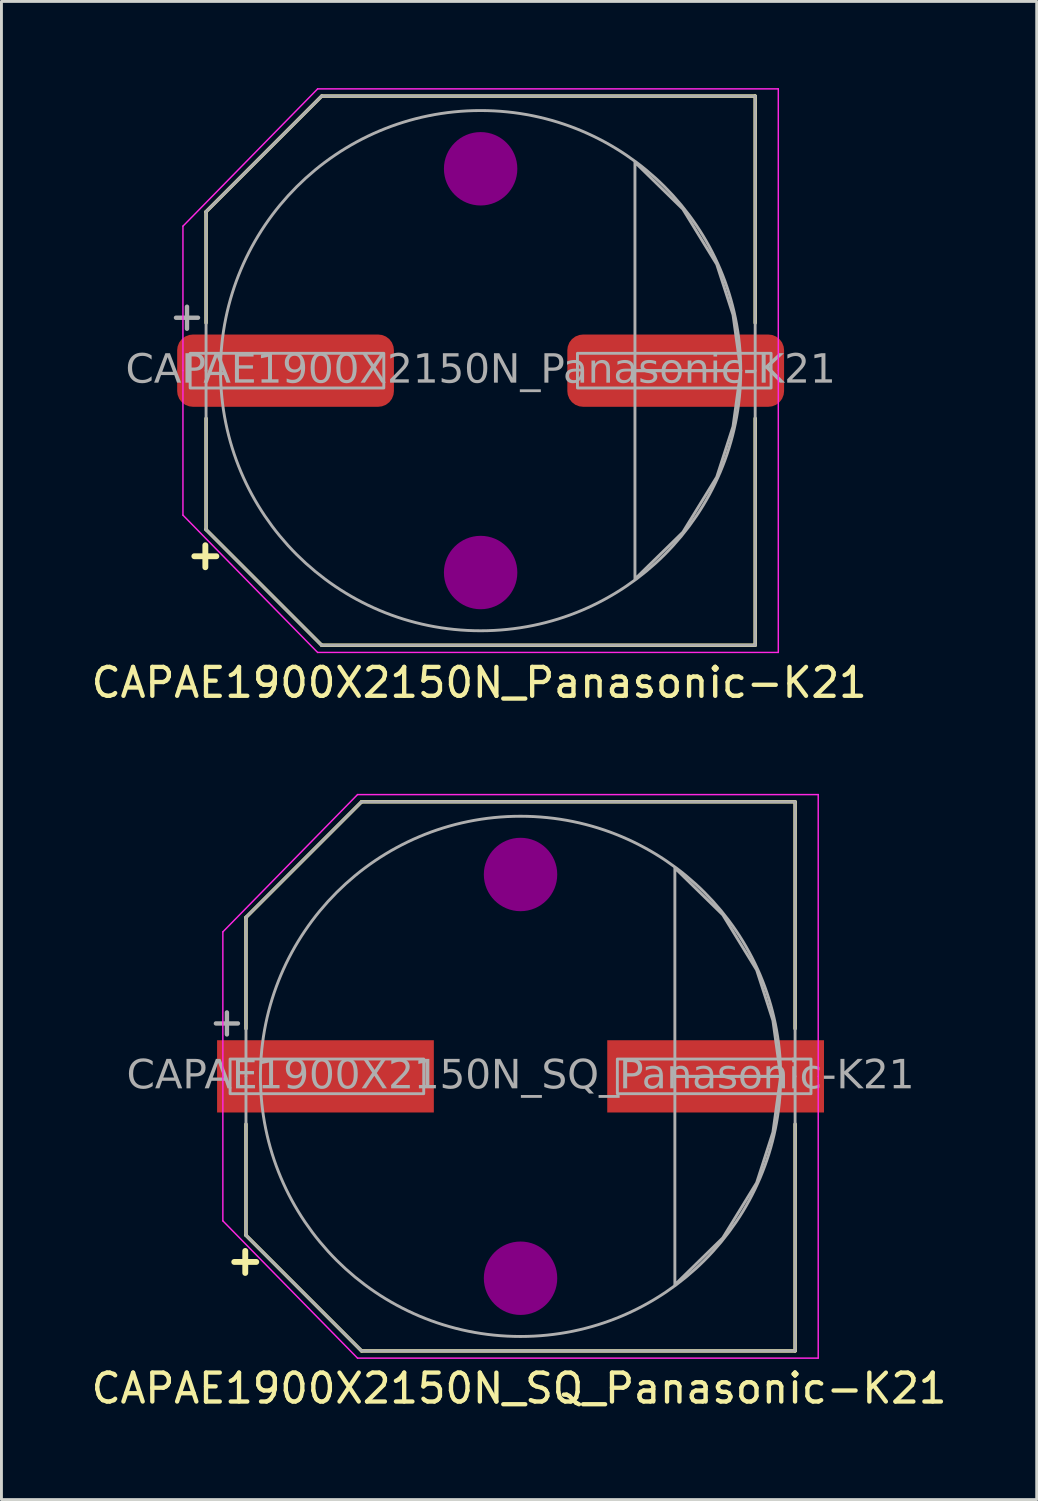
<source format=kicad_pcb>
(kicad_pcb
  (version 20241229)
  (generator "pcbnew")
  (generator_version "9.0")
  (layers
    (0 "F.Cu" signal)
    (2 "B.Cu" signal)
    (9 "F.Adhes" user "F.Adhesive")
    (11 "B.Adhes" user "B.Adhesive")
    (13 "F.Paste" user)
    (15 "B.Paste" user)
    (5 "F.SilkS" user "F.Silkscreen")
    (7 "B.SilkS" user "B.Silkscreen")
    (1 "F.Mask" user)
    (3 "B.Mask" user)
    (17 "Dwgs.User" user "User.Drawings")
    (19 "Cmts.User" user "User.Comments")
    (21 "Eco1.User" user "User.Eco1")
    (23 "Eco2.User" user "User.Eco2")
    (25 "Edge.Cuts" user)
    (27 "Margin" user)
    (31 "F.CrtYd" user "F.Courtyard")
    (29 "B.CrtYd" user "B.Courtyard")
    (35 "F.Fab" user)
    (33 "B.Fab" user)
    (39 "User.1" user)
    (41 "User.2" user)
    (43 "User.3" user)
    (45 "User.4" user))
  (footprint "CAPAE1900X2150N_Panasonic-K21"
    (layer "F.Cu")
    (at 13.58 9.775)
    (property "Reference" "CAPAE1900X2150N_Panasonic-K21" (at -0.05 10.795 0) (layer "F.SilkS") (effects (font (size 1 1) (thickness 0.15))))
    (attr smd)
    (fp_line (start -9.5 -5.5) (end -5.502 -9.498) (stroke (width 0.12) (type default)) (layer "F.SilkS"))
    (fp_line (start -9.5 -1.651) (end -9.5 -5.5) (stroke (width 0.12) (type default)) (layer "F.SilkS"))
    (fp_line (start -9.5 1.651) (end -9.5 5.5) (stroke (width 0.12) (type default)) (layer "F.SilkS"))
    (fp_line (start -9.5 5.5) (end -5.502 9.498) (stroke (width 0.12) (type default)) (layer "F.SilkS"))
    (fp_line (start -5.5 -9.5) (end 9.5 -9.5) (stroke (width 0.12) (type solid)) (layer "F.SilkS"))
    (fp_line (start -5.5 9.5) (end 9.5 9.5) (stroke (width 0.12) (type solid)) (layer "F.SilkS"))
    (fp_line (start 9.5 -1.651) (end 9.5 -9.5) (stroke (width 0.12) (type solid)) (layer "F.SilkS"))
    (fp_line (start 9.5 1.651) (end 9.5 9.5) (stroke (width 0.12) (type solid)) (layer "F.SilkS"))
    (fp_circle (center 0 -6.985) (end 1.27 -6.985) (stroke (width 0) (type solid)) (fill yes) (layer "F.Adhes"))
    (fp_circle (center 0 6.985) (end 1.27 6.985) (stroke (width 0) (type solid)) (fill yes) (layer "F.Adhes"))
    (fp_line (start -10.3 -5) (end -10.3 0) (stroke (width 0.05) (type solid)) (layer "F.CrtYd"))
    (fp_line (start -10.3 5) (end -10.3 0) (stroke (width 0.05) (type solid)) (layer "F.CrtYd"))
    (fp_line (start -5.64 -9.75) (end -10.3 -5) (stroke (width 0.05) (type default)) (layer "F.CrtYd"))
    (fp_line (start -5.64 -9.75) (end 10.3 -9.75) (stroke (width 0.05) (type solid)) (layer "F.CrtYd"))
    (fp_line (start -5.64 9.75) (end -10.3 5) (stroke (width 0.05) (type default)) (layer "F.CrtYd"))
    (fp_line (start -5.64 9.75) (end 10.3 9.75) (stroke (width 0.05) (type solid)) (layer "F.CrtYd"))
    (fp_line (start 10.3 -9.75) (end 10.3 0) (stroke (width 0.05) (type solid)) (layer "F.CrtYd"))
    (fp_line (start 10.3 9.75) (end 10.3 0) (stroke (width 0.05) (type solid)) (layer "F.CrtYd"))
    (fp_line (start -9.5 -5.5) (end -9.5 0) (stroke (width 0.1) (type solid)) (layer "F.Fab"))
    (fp_line (start -9.5 -5.5) (end -5.5 -9.5) (stroke (width 0.1) (type default)) (layer "F.Fab"))
    (fp_line (start -9.5 5.5) (end -9.5 0) (stroke (width 0.1) (type solid)) (layer "F.Fab"))
    (fp_line (start -9.5 5.5) (end -5.5 9.5) (stroke (width 0.1) (type default)) (layer "F.Fab"))
    (fp_line (start -5.5 -9.5) (end 9.5 -9.5) (stroke (width 0.1) (type solid)) (layer "F.Fab"))
    (fp_line (start -5.5 9.5) (end 9.5 9.5) (stroke (width 0.1) (type solid)) (layer "F.Fab"))
    (fp_line (start 9.5 -9.5) (end 9.5 0) (stroke (width 0.1) (type solid)) (layer "F.Fab"))
    (fp_line (start 9.5 9.5) (end 9.5 0) (stroke (width 0.1) (type solid)) (layer "F.Fab"))
    (fp_rect (start -10.05 0.6) (end -3.35 -0.6) (stroke (width 0.1) (type solid)) (fill no) (layer "F.Fab"))
    (fp_rect (start 3.35 0.6) (end 10.05 -0.6) (stroke (width 0.1) (type solid)) (fill no) (layer "F.Fab"))
    (fp_circle (center 0 0) (end 9 0) (stroke (width 0.1) (type default)) (fill no) (layer "F.Fab"))
    (fp_poly (pts (xy 5.34 -7.21) (xy 6.997 -5.59) (xy 8.17 -3.68) (xy 8.733 -1.933) (xy 9 0) (xy 5.34 0)) (stroke (width 0.1) (type solid)) (fill no) (layer "F.Fab"))
    (fp_poly (pts (xy 5.34 7.21) (xy 6.997 5.59) (xy 8.17 3.68) (xy 8.733 1.933) (xy 9 0) (xy 5.34 0)) (stroke (width 0.1) (type solid)) (fill no) (layer "F.Fab"))
    (fp_text user "+" (at -9.525 6.35 0) (unlocked yes) (layer "F.SilkS") (effects (font (size 1 1) (thickness 0.203) (bold yes))))
    (fp_text user "${REFERENCE}" (at 0 0 0) (layer "F.Fab") (effects (font (face "Tahoma") (size 1 1) (thickness 0.15))))
    (fp_text user "+" (at -10.16 -1.905 0) (unlocked yes) (layer "F.Fab") (effects (font (size 1 1) (thickness 0.152))))
    (pad "1" smd roundrect (at -6.75 0) (size 7.5 2.5) (layers "F.Cu" "F.Mask" "F.Paste") (roundrect_rratio 0.217))
    (pad "2" smd roundrect (at 6.75 0) (size 7.5 2.5) (layers "F.Cu" "F.Mask" "F.Paste") (roundrect_rratio 0.217)))
  (footprint "CAPAE1900X2150N_SQ_Panasonic-K21"
    (layer "F.Cu")
    (at 14.961 34.193)
    (property "Reference" "CAPAE1900X2150N_SQ_Panasonic-K21" (at -0.05 10.795 0) (layer "F.SilkS") (effects (font (size 1 1) (thickness 0.15))))
    (attr smd)
    (fp_line (start -9.5 -5.5) (end -5.502 -9.498) (stroke (width 0.12) (type default)) (layer "F.SilkS"))
    (fp_line (start -9.5 -1.651) (end -9.5 -5.5) (stroke (width 0.12) (type default)) (layer "F.SilkS"))
    (fp_line (start -9.5 1.651) (end -9.5 5.5) (stroke (width 0.12) (type default)) (layer "F.SilkS"))
    (fp_line (start -9.5 5.5) (end -5.502 9.498) (stroke (width 0.12) (type default)) (layer "F.SilkS"))
    (fp_line (start -5.5 -9.5) (end 9.5 -9.5) (stroke (width 0.12) (type solid)) (layer "F.SilkS"))
    (fp_line (start -5.5 9.5) (end 9.5 9.5) (stroke (width 0.12) (type solid)) (layer "F.SilkS"))
    (fp_line (start 9.5 -1.651) (end 9.5 -9.5) (stroke (width 0.12) (type solid)) (layer "F.SilkS"))
    (fp_line (start 9.5 1.651) (end 9.5 9.5) (stroke (width 0.12) (type solid)) (layer "F.SilkS"))
    (fp_circle (center 0 -6.985) (end 1.27 -6.985) (stroke (width 0) (type solid)) (fill yes) (layer "F.Adhes"))
    (fp_circle (center 0 6.985) (end 1.27 6.985) (stroke (width 0) (type solid)) (fill yes) (layer "F.Adhes"))
    (fp_line (start -10.3 -5) (end -10.3 0) (stroke (width 0.05) (type solid)) (layer "F.CrtYd"))
    (fp_line (start -10.3 5) (end -10.3 0) (stroke (width 0.05) (type solid)) (layer "F.CrtYd"))
    (fp_line (start -5.64 -9.75) (end -10.3 -5) (stroke (width 0.05) (type default)) (layer "F.CrtYd"))
    (fp_line (start -5.64 -9.75) (end 10.3 -9.75) (stroke (width 0.05) (type solid)) (layer "F.CrtYd"))
    (fp_line (start -5.64 9.75) (end -10.3 5) (stroke (width 0.05) (type default)) (layer "F.CrtYd"))
    (fp_line (start -5.64 9.75) (end 10.3 9.75) (stroke (width 0.05) (type solid)) (layer "F.CrtYd"))
    (fp_line (start 10.3 -9.75) (end 10.3 0) (stroke (width 0.05) (type solid)) (layer "F.CrtYd"))
    (fp_line (start 10.3 9.75) (end 10.3 0) (stroke (width 0.05) (type solid)) (layer "F.CrtYd"))
    (fp_line (start -9.5 -5.5) (end -9.5 0) (stroke (width 0.1) (type solid)) (layer "F.Fab"))
    (fp_line (start -9.5 -5.5) (end -5.5 -9.5) (stroke (width 0.1) (type default)) (layer "F.Fab"))
    (fp_line (start -9.5 5.5) (end -9.5 0) (stroke (width 0.1) (type solid)) (layer "F.Fab"))
    (fp_line (start -9.5 5.5) (end -5.5 9.5) (stroke (width 0.1) (type default)) (layer "F.Fab"))
    (fp_line (start -5.5 -9.5) (end 9.5 -9.5) (stroke (width 0.1) (type solid)) (layer "F.Fab"))
    (fp_line (start -5.5 9.5) (end 9.5 9.5) (stroke (width 0.1) (type solid)) (layer "F.Fab"))
    (fp_line (start 9.5 -9.5) (end 9.5 0) (stroke (width 0.1) (type solid)) (layer "F.Fab"))
    (fp_line (start 9.5 9.5) (end 9.5 0) (stroke (width 0.1) (type solid)) (layer "F.Fab"))
    (fp_rect (start -10.05 0.6) (end -3.35 -0.6) (stroke (width 0.1) (type solid)) (fill no) (layer "F.Fab"))
    (fp_rect (start 3.35 0.6) (end 10.05 -0.6) (stroke (width 0.1) (type solid)) (fill no) (layer "F.Fab"))
    (fp_circle (center 0 0) (end 9 0) (stroke (width 0.1) (type default)) (fill no) (layer "F.Fab"))
    (fp_poly (pts (xy 5.34 -7.21) (xy 6.997 -5.59) (xy 8.17 -3.68) (xy 8.733 -1.933) (xy 9 0) (xy 5.34 0)) (stroke (width 0.1) (type solid)) (fill no) (layer "F.Fab"))
    (fp_poly (pts (xy 5.34 7.21) (xy 6.997 5.59) (xy 8.17 3.68) (xy 8.733 1.933) (xy 9 0) (xy 5.34 0)) (stroke (width 0.1) (type solid)) (fill no) (layer "F.Fab"))
    (fp_text user "+" (at -9.525 6.35 0) (unlocked yes) (layer "F.SilkS") (effects (font (size 1 1) (thickness 0.203) (bold yes))))
    (fp_text user "+" (at -10.16 -1.905 0) (unlocked yes) (layer "F.Fab") (effects (font (size 1 1) (thickness 0.152))))
    (fp_text user "${REFERENCE}" (at 0 0 0) (layer "F.Fab") (effects (font (face "Tahoma") (size 1 1) (thickness 0.15))))
    (pad "1" smd rect (at -6.75 0) (size 7.5 2.5) (layers "F.Cu" "F.Mask" "F.Paste"))
    (pad "2" smd rect (at 6.75 0) (size 7.5 2.5) (layers "F.Cu" "F.Mask" "F.Paste")))
  (gr_rect
    (start -3 -3)
    (end 32.821 48.837)
    (stroke (width 0.1) (type default))
    (fill no)
    (layer "Edge.Cuts")))
</source>
